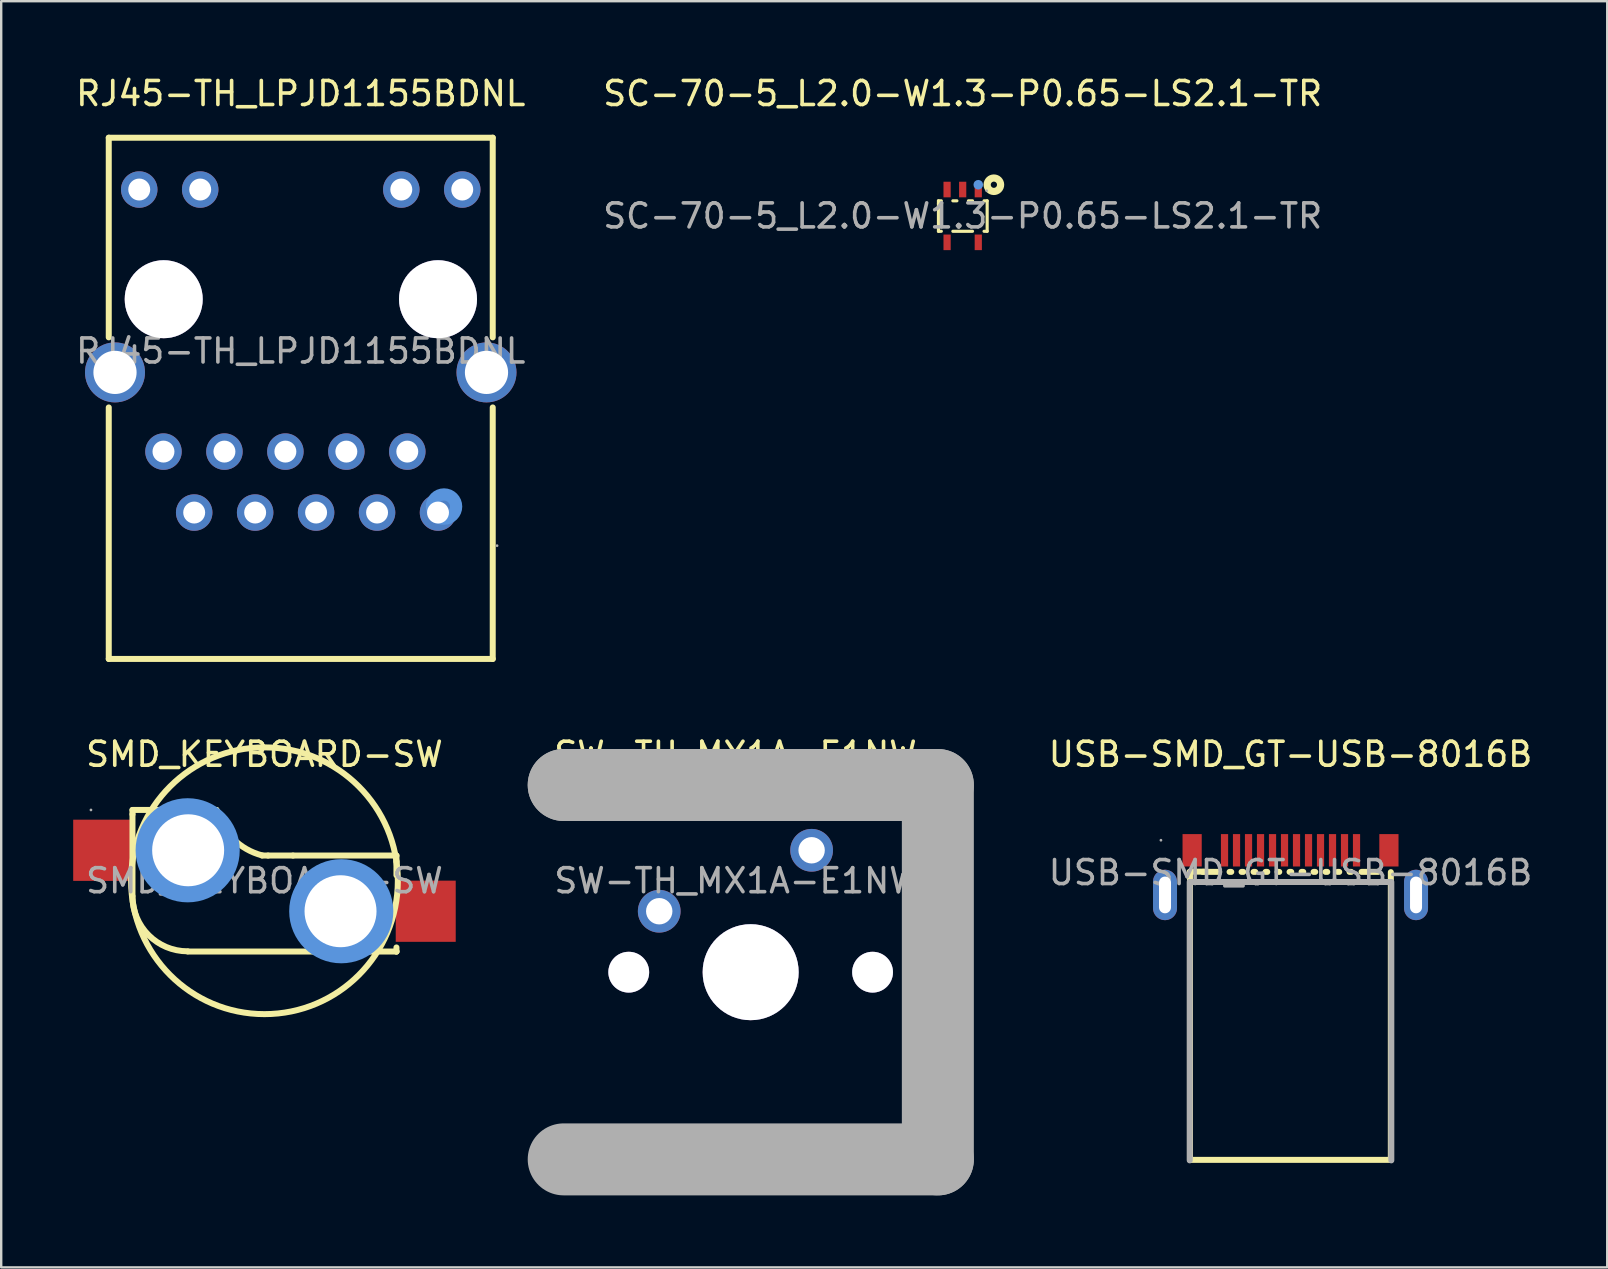
<source format=kicad_pcb>
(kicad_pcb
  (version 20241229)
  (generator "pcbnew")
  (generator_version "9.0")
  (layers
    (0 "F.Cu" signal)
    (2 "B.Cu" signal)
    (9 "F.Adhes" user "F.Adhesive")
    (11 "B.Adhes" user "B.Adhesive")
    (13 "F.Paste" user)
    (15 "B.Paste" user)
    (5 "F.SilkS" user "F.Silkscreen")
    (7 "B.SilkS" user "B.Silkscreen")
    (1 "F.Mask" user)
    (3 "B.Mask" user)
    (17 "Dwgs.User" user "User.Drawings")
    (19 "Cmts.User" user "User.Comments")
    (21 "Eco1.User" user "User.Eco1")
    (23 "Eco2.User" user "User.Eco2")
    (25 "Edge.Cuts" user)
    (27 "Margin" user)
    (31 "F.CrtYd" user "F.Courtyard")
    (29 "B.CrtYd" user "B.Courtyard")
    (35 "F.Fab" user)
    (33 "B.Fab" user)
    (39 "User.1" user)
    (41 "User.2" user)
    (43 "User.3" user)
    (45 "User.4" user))
  (footprint "SC-70-5_L2.0-W1.3-P0.65-LS2.1-TR"
    (layer "F.Cu")
    (at 37.065 5.948)
    (property "Reference" "SC-70-5_L2.0-W1.3-P0.65-LS2.1-TR" (at 0 -5.1 0) (layer "F.SilkS") (effects (font (size 1 1) (thickness 0.15))))
    (attr smd)
    (fp_line (start -1.01 -0.63) (end -1.01 -0.51) (stroke (width 0.13) (type solid)) (layer "F.SilkS"))
    (fp_line (start -1.01 -0.51) (end -1.01 0.64) (stroke (width 0.13) (type solid)) (layer "F.SilkS"))
    (fp_line (start -1.01 0.64) (end -0.89 0.64) (stroke (width 0.13) (type solid)) (layer "F.SilkS"))
    (fp_line (start -0.89 -0.63) (end -1.01 -0.63) (stroke (width 0.13) (type solid)) (layer "F.SilkS"))
    (fp_line (start -0.41 0.64) (end 0.41 0.64) (stroke (width 0.13) (type solid)) (layer "F.SilkS"))
    (fp_line (start -0.24 -0.63) (end -0.41 -0.63) (stroke (width 0.13) (type solid)) (layer "F.SilkS"))
    (fp_line (start 0.41 -0.63) (end 0.24 -0.63) (stroke (width 0.13) (type solid)) (layer "F.SilkS"))
    (fp_line (start 0.89 0.64) (end 1.02 0.64) (stroke (width 0.13) (type solid)) (layer "F.SilkS"))
    (fp_line (start 1.02 -0.63) (end 0.89 -0.63) (stroke (width 0.13) (type solid)) (layer "F.SilkS"))
    (fp_line (start 1.02 0.64) (end 1.02 -0.63) (stroke (width 0.13) (type solid)) (layer "F.SilkS"))
    (fp_circle (center 1.3 -1.3) (end 1.43 -1.3) (stroke (width 0.3) (type solid)) (fill no) (layer "F.SilkS"))
    (fp_circle (center 0.65 -1.3) (end 0.75 -1.3) (stroke (width 0.2) (type solid)) (fill no) (layer "Cmts.User"))
    (fp_circle (center 1 -1.05) (end 1.03 -1.05) (stroke (width 0.06) (type solid)) (fill no) (layer "F.Fab"))
    (fp_text user "${REFERENCE}" (at 0 0 0) (layer "F.Fab") (effects (font (size 1 1) (thickness 0.15))))
    (pad "1" smd rect (at 0.65 -1.1 270) (size 0.65 0.3) (layers "F.Cu" "F.Mask" "F.Paste"))
    (pad "2" smd rect (at 0 -1.1 270) (size 0.65 0.3) (layers "F.Cu" "F.Mask" "F.Paste"))
    (pad "3" smd rect (at -0.65 -1.1 270) (size 0.65 0.3) (layers "F.Cu" "F.Mask" "F.Paste"))
    (pad "4" smd rect (at -0.65 1.1 90) (size 0.65 0.3) (layers "F.Cu" "F.Mask" "F.Paste"))
    (pad "5" smd rect (at 0.65 1.1 90) (size 0.65 0.3) (layers "F.Cu" "F.Mask" "F.Paste")))
  (footprint "RJ45-TH_LPJD1155BDNL"
    (layer "F.Cu")
    (at 9.482 11.578)
    (property "Reference" "RJ45-TH_LPJD1155BDNL" (at 0 -10.73 0) (layer "F.SilkS") (effects (font (size 1 1) (thickness 0.15))))
    (attr through_hole)
    (fp_line (start -8 -8.89) (end -8 -0.57) (stroke (width 0.25) (type solid)) (layer "F.SilkS"))
    (fp_line (start -8 2.35) (end -8 12.83) (stroke (width 0.25) (type solid)) (layer "F.SilkS"))
    (fp_line (start -8 12.83) (end 8 12.83) (stroke (width 0.25) (type solid)) (layer "F.SilkS"))
    (fp_line (start 8 -8.89) (end -8 -8.89) (stroke (width 0.25) (type solid)) (layer "F.SilkS"))
    (fp_line (start 8 -0.57) (end 8 -8.89) (stroke (width 0.25) (type solid)) (layer "F.SilkS"))
    (fp_line (start 8 12.83) (end 8 2.35) (stroke (width 0.25) (type solid)) (layer "F.SilkS"))
    (fp_circle (center -5.71 -2.16) (end -4.96 -2.16) (stroke (width 1.5) (type solid)) (fill no) (layer "Cmts.User"))
    (fp_circle (center 5.72 -2.16) (end 6.47 -2.16) (stroke (width 1.5) (type solid)) (fill no) (layer "Cmts.User"))
    (fp_circle (center 5.97 6.48) (end 6.22 6.48) (stroke (width 0.51) (type solid)) (fill no) (layer "Cmts.User"))
    (fp_circle (center 8.18 8.11) (end 8.21 8.11) (stroke (width 0.06) (type solid)) (fill no) (layer "F.Fab"))
    (fp_text user "${REFERENCE}" (at 0 0 0) (layer "F.Fab") (effects (font (size 1 1) (thickness 0.15))))
    (pad "" thru_hole circle (at -5.71 -2.16) (size 3.25 3.25) (drill 3.25) (layers "*.Cu" "*.Mask"))
    (pad "" thru_hole circle (at 5.72 -2.16) (size 3.25 3.25) (drill 3.25) (layers "*.Cu" "*.Mask"))
    (pad "1" thru_hole circle (at 5.72 6.73 180) (size 1.52 1.52) (drill 0.914) (layers "*.Cu" "*.Mask"))
    (pad "2" thru_hole circle (at 4.44 4.19 180) (size 1.52 1.52) (drill 0.914) (layers "*.Cu" "*.Mask"))
    (pad "3" thru_hole circle (at 3.18 6.73 180) (size 1.52 1.52) (drill 0.914) (layers "*.Cu" "*.Mask"))
    (pad "4" thru_hole circle (at 1.9 4.19 180) (size 1.52 1.52) (drill 0.914) (layers "*.Cu" "*.Mask"))
    (pad "5" thru_hole circle (at 0.64 6.73 180) (size 1.52 1.52) (drill 0.914) (layers "*.Cu" "*.Mask"))
    (pad "6" thru_hole circle (at -0.64 4.19 180) (size 1.52 1.52) (drill 0.914) (layers "*.Cu" "*.Mask"))
    (pad "7" thru_hole circle (at -1.9 6.73 180) (size 1.52 1.52) (drill 0.914) (layers "*.Cu" "*.Mask"))
    (pad "8" thru_hole circle (at -3.18 4.19 180) (size 1.52 1.52) (drill 0.914) (layers "*.Cu" "*.Mask"))
    (pad "9" thru_hole circle (at -4.44 6.73 180) (size 1.52 1.52) (drill 0.914) (layers "*.Cu" "*.Mask"))
    (pad "10" thru_hole circle (at -5.72 4.19 180) (size 1.52 1.52) (drill 0.914) (layers "*.Cu" "*.Mask"))
    (pad "11" thru_hole circle (at 6.73 -6.73 180) (size 1.52 1.52) (drill 0.914) (layers "*.Cu" "*.Mask"))
    (pad "12" thru_hole circle (at 4.19 -6.73 180) (size 1.52 1.52) (drill 0.914) (layers "*.Cu" "*.Mask"))
    (pad "13" thru_hole circle (at -4.19 -6.73 180) (size 1.52 1.52) (drill 0.914) (layers "*.Cu" "*.Mask"))
    (pad "14" thru_hole circle (at -6.73 -6.73 180) (size 1.52 1.52) (drill 0.914) (layers "*.Cu" "*.Mask"))
    (pad "15" thru_hole circle (at -7.74 0.89 180) (size 2.5 2.5) (drill 1.8) (layers "*.Cu" "*.Mask"))
    (pad "16" thru_hole circle (at 7.74 0.89 180) (size 2.5 2.5) (drill 1.8) (layers "*.Cu" "*.Mask")))
  (footprint "SW-TH_MX1A-E1NW"
    (layer "F.Cu")
    (at 27.6 33.651)
    (property "Reference" "SW-TH_MX1A-E1NW" (at 0 -5.27 0) (layer "F.SilkS") (effects (font (size 1 1) (thickness 0.15))))
    (attr through_hole)
    (fp_circle (center -4.45 3.81) (end -4.05 3.81) (stroke (width 0.8) (type solid)) (fill no) (layer "Cmts.User"))
    (fp_circle (center 0.63 3.81) (end 1.58 3.81) (stroke (width 1.9) (type solid)) (fill no) (layer "Cmts.User"))
    (fp_circle (center 5.71 3.81) (end 6.11 3.81) (stroke (width 0.8) (type solid)) (fill no) (layer "Cmts.User"))
    (fp_line (start -7.16 -3.99) (end -7.16 -3.99) (stroke (width 3) (type solid)) (layer "F.Fab"))
    (fp_line (start -7.16 -3.99) (end 8.43 -3.99) (stroke (width 3) (type solid)) (layer "F.Fab"))
    (fp_line (start 8.43 -3.99) (end 8.43 11.61) (stroke (width 3) (type solid)) (layer "F.Fab"))
    (fp_line (start 8.43 11.61) (end -7.16 11.61) (stroke (width 3) (type solid)) (layer "F.Fab"))
    (fp_circle (center -7.16 11.61) (end -7.13 11.61) (stroke (width 0.06) (type solid)) (fill no) (layer "F.Fab"))
    (fp_text user "${REFERENCE}" (at 0 0 0) (layer "F.Fab") (effects (font (size 1 1) (thickness 0.15))))
    (pad "" thru_hole circle (at -4.45 3.81) (size 1.7 1.7) (drill 1.7) (layers "*.Cu" "*.Mask"))
    (pad "" thru_hole circle (at 0.63 3.81) (size 4 4) (drill 4) (layers "*.Cu" "*.Mask"))
    (pad "" thru_hole circle (at 5.71 3.81) (size 1.7 1.7) (drill 1.7) (layers "*.Cu" "*.Mask"))
    (pad "1" thru_hole circle (at -3.18 1.27) (size 1.78 1.78) (drill 1.1) (layers "*.Cu" "*.Mask"))
    (pad "2" thru_hole circle (at 3.17 -1.27) (size 1.78 1.78) (drill 1.1) (layers "*.Cu" "*.Mask")))
  (footprint "USB-SMD_GT-USB-8016B"
    (layer "F.Cu")
    (at 50.726 33.312)
    (property "Reference" "USB-SMD_GT-USB-8016B" (at 0 -4.93 0) (layer "F.SilkS") (effects (font (size 1 1) (thickness 0.15))))
    (attr smd)
    (fp_line (start -4.19 -0.04) (end -3.61 -0.04) (stroke (width 0.25) (type solid)) (layer "F.SilkS"))
    (fp_line (start -4.19 11.97) (end -4.19 -0.04) (stroke (width 0.25) (type solid)) (layer "F.SilkS"))
    (fp_line (start -3.66 -0.03) (end -2.97 -0.03) (stroke (width 0.25) (type solid)) (layer "F.SilkS"))
    (fp_line (start -2.54 -0.03) (end -2.47 -0.03) (stroke (width 0.25) (type solid)) (layer "F.SilkS"))
    (fp_line (start -2.04 -0.03) (end -1.97 -0.03) (stroke (width 0.25) (type solid)) (layer "F.SilkS"))
    (fp_line (start -1.54 -0.03) (end -1.47 -0.03) (stroke (width 0.25) (type solid)) (layer "F.SilkS"))
    (fp_line (start -1.04 -0.03) (end -0.97 -0.03) (stroke (width 0.25) (type solid)) (layer "F.SilkS"))
    (fp_line (start -0.54 -0.03) (end -0.47 -0.03) (stroke (width 0.25) (type solid)) (layer "F.SilkS"))
    (fp_line (start -0.04 -0.03) (end 0.03 -0.03) (stroke (width 0.25) (type solid)) (layer "F.SilkS"))
    (fp_line (start 0.46 -0.03) (end 0.53 -0.03) (stroke (width 0.25) (type solid)) (layer "F.SilkS"))
    (fp_line (start 0.96 -0.03) (end 1.03 -0.03) (stroke (width 0.25) (type solid)) (layer "F.SilkS"))
    (fp_line (start 1.46 -0.03) (end 1.53 -0.03) (stroke (width 0.25) (type solid)) (layer "F.SilkS"))
    (fp_line (start 1.96 -0.03) (end 2.03 -0.03) (stroke (width 0.25) (type solid)) (layer "F.SilkS"))
    (fp_line (start 2.46 -0.03) (end 2.53 -0.03) (stroke (width 0.25) (type solid)) (layer "F.SilkS"))
    (fp_line (start 2.96 -0.03) (end 3.65 -0.03) (stroke (width 0.25) (type solid)) (layer "F.SilkS"))
    (fp_line (start 4.18 -0.02) (end 4.18 11.97) (stroke (width 0.25) (type solid)) (layer "F.SilkS"))
    (fp_line (start 4.18 11.97) (end -4.19 11.97) (stroke (width 0.25) (type solid)) (layer "F.SilkS"))
    (fp_line (start -4.2 0.39) (end -4.2 11.99) (stroke (width 0.25) (type solid)) (layer "F.Fab"))
    (fp_line (start -4.18 0.39) (end 4.17 0.39) (stroke (width 0.25) (type solid)) (layer "F.Fab"))
    (fp_line (start 4.2 0.39) (end 4.2 11.99) (stroke (width 0.25) (type solid)) (layer "F.Fab"))
    (fp_circle (center -5.4 -1.35) (end -5.37 -1.35) (stroke (width 0.06) (type solid)) (fill no) (layer "F.Fab"))
    (fp_text user "${REFERENCE}" (at 0 0 0) (layer "F.Fab") (effects (font (size 1 1) (thickness 0.15))))
    (pad "1" smd rect (at -4.1 -0.93) (size 0.8 1.35) (layers "F.Cu" "F.Mask" "F.Paste"))
    (pad "2" smd rect (at 4.1 -0.93) (size 0.8 1.35) (layers "F.Cu" "F.Mask" "F.Paste"))
    (pad "3" thru_hole oval (at -5.23 0.93) (size 1 2.1) (drill oval 0.5 1.53) (layers "*.Cu" "*.Mask"))
    (pad "4" thru_hole oval (at 5.23 0.93) (size 1 2.1) (drill oval 0.5 1.53) (layers "*.Cu" "*.Mask"))
    (pad "A1" smd rect (at 2.75 -0.93) (size 0.3 1.35) (layers "F.Cu" "F.Mask" "F.Paste"))
    (pad "A2" smd rect (at 2.25 -0.93) (size 0.3 1.35) (layers "F.Cu" "F.Mask" "F.Paste"))
    (pad "A3" smd rect (at 1.75 -0.93) (size 0.3 1.35) (layers "F.Cu" "F.Mask" "F.Paste"))
    (pad "A4" smd rect (at 1.25 -0.93) (size 0.3 1.35) (layers "F.Cu" "F.Mask" "F.Paste"))
    (pad "A5" smd rect (at 0.75 -0.93) (size 0.3 1.35) (layers "F.Cu" "F.Mask" "F.Paste"))
    (pad "A6" smd rect (at 0.25 -0.93) (size 0.3 1.35) (layers "F.Cu" "F.Mask" "F.Paste"))
    (pad "A7" smd rect (at -0.25 -0.93) (size 0.3 1.35) (layers "F.Cu" "F.Mask" "F.Paste"))
    (pad "A8" smd rect (at -0.75 -0.93) (size 0.3 1.35) (layers "F.Cu" "F.Mask" "F.Paste"))
    (pad "A9" smd rect (at -1.25 -0.93) (size 0.3 1.35) (layers "F.Cu" "F.Mask" "F.Paste"))
    (pad "A12" smd rect (at -2.75 -0.93) (size 0.3 1.35) (layers "F.Cu" "F.Mask" "F.Paste"))
    (pad "B10" smd rect (at -2.25 -0.93) (size 0.3 1.35) (layers "F.Cu" "F.Mask" "F.Paste"))
    (pad "B11" smd rect (at -1.75 -0.93) (size 0.3 1.35) (layers "F.Cu" "F.Mask" "F.Paste")))
  (footprint "SMD_KEYBOARD-SW"
    (layer "F.Cu")
    (at 7.97 33.651)
    (property "Reference" "SMD_KEYBOARD-SW" (at 0 -5.27 0) (layer "F.SilkS") (effects (font (size 1 1) (thickness 0.15))))
    (attr smd)
    (fp_line (start -5.5 -2.95) (end -5.5 -2.77) (stroke (width 0.25) (type solid)) (layer "F.SilkS"))
    (fp_line (start -5.5 -2.95) (end -2 -2.95) (stroke (width 0.25) (type solid)) (layer "F.SilkS"))
    (fp_line (start -5.5 -2.77) (end -5.5 0.64) (stroke (width 0.25) (type solid)) (layer "F.SilkS"))
    (fp_line (start 0.15 -1.05) (end -0.1 -1.05) (stroke (width 0.25) (type solid)) (layer "F.SilkS"))
    (fp_line (start 0.15 -1.05) (end 1.19 -1.05) (stroke (width 0.25) (type solid)) (layer "F.SilkS"))
    (fp_line (start 1.19 -1.05) (end 5.5 -1.05) (stroke (width 0.25) (type solid)) (layer "F.SilkS"))
    (fp_line (start 5.5 -0.8) (end 5.5 -1.05) (stroke (width 0.25) (type solid)) (layer "F.SilkS"))
    (fp_line (start 5.5 -0.8) (end 5.5 -0.23) (stroke (width 0.25) (type solid)) (layer "F.SilkS"))
    (fp_line (start 5.5 2.78) (end 5.5 2.95) (stroke (width 0.25) (type solid)) (layer "F.SilkS"))
    (fp_line (start 5.5 2.95) (end -3.19 2.95) (stroke (width 0.25) (type solid)) (layer "F.SilkS"))
    (fp_arc (start -3.2 2.94) (mid -4.826346 2.266346) (end -5.5 0.64) (stroke (width 0.25) (type solid)) (layer "F.SilkS"))
    (fp_arc (start -0.096053 -1.05635) (mid -1.304697 -1.745109) (end -2 -2.95) (stroke (width 0.25) (type solid)) (layer "F.SilkS"))
    (fp_arc (start 5.49 2.94) (mid 5.497071 2.942929) (end 5.5 2.95) (stroke (width 0.25) (type solid)) (layer "F.SilkS"))
    (fp_arc (start 5.5 -0.8) (mid -5.5 0.8) (end 5.5 -0.8) (stroke (width 0.25) (type solid)) (layer "F.SilkS"))
    (fp_circle (center -3.2 -1.27) (end -2.48 -1.27) (stroke (width 1.45) (type solid)) (fill no) (layer "Cmts.User"))
    (fp_circle (center 3.2 1.27) (end 3.92 1.27) (stroke (width 1.45) (type solid)) (fill no) (layer "Cmts.User"))
    (fp_circle (center -7.23 -2.95) (end -7.2 -2.95) (stroke (width 0.06) (type solid)) (fill no) (layer "F.Fab"))
    (fp_text user "${REFERENCE}" (at 0 0 0) (layer "F.Fab") (effects (font (size 1 1) (thickness 0.15))))
    (pad "" thru_hole circle (at -3.18 -1.27) (size 3 3) (drill 3) (layers "*.Cu" "*.Mask"))
    (pad "" thru_hole circle (at 3.17 1.27) (size 3 3) (drill 3) (layers "*.Cu" "*.Mask"))
    (pad "1" smd rect (at -6.72 -1.27) (size 2.5 2.55) (layers "F.Cu" "F.Mask" "F.Paste"))
    (pad "2" smd rect (at 6.72 1.27) (size 2.5 2.55) (layers "F.Cu" "F.Mask" "F.Paste")))
  (gr_rect
    (start -3 -3)
    (end 63.923 49.761)
    (stroke (width 0.1) (type default))
    (fill no)
    (layer "Edge.Cuts")))
</source>
